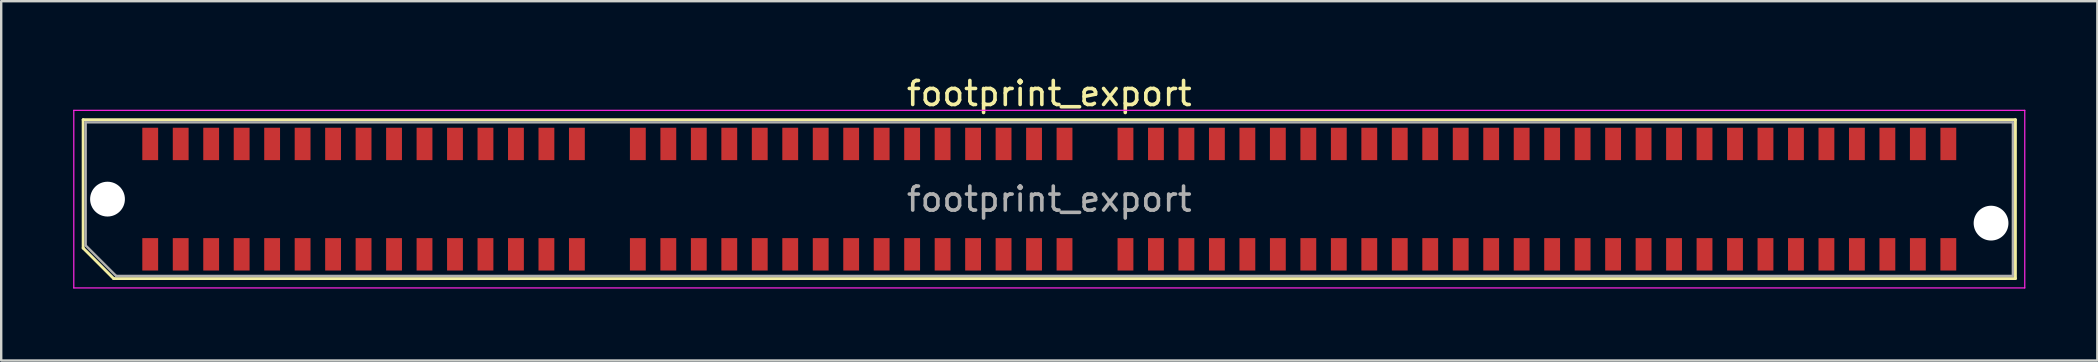
<source format=kicad_pcb>
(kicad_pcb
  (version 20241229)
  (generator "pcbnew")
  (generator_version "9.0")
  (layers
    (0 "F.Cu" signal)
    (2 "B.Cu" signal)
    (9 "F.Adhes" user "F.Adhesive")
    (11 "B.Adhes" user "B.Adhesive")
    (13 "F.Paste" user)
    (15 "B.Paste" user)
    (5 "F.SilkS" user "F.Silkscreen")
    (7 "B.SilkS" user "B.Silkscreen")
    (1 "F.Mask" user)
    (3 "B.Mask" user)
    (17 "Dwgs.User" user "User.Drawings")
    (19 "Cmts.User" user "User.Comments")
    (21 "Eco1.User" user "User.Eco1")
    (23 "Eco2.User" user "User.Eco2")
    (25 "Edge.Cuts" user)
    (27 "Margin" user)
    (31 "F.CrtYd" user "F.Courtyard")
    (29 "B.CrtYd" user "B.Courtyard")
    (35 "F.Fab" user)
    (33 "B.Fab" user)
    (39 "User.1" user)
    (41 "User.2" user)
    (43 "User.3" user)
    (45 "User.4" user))
  (footprint "footprint_export"
    (layer "F.Cu")
    (at 40.675 5.248)
    (property "Reference" "footprint_export" (at 0 -4.4 0) (layer "F.SilkS") (effects (font (size 1 1) (thickness 0.15))))
    (attr smd)
    (fp_line (start -40.26 -3.31) (end 40.26 -3.31) (stroke (width 0.12) (type solid)) (layer "F.SilkS"))
    (fp_line (start -40.26 2.04) (end -40.26 -3.31) (stroke (width 0.12) (type solid)) (layer "F.SilkS"))
    (fp_line (start -38.99 3.31) (end -40.26 2.04) (stroke (width 0.12) (type solid)) (layer "F.SilkS"))
    (fp_line (start -38.99 3.31) (end 40.26 3.31) (stroke (width 0.12) (type solid)) (layer "F.SilkS"))
    (fp_line (start 40.26 3.31) (end 40.26 -3.31) (stroke (width 0.12) (type solid)) (layer "F.SilkS"))
    (fp_line (start -40.65 -3.7) (end -40.65 3.7) (stroke (width 0.05) (type solid)) (layer "F.CrtYd"))
    (fp_line (start -40.65 3.7) (end 40.65 3.7) (stroke (width 0.05) (type solid)) (layer "F.CrtYd"))
    (fp_line (start 40.65 -3.7) (end -40.65 -3.7) (stroke (width 0.05) (type solid)) (layer "F.CrtYd"))
    (fp_line (start 40.65 3.7) (end 40.65 -3.7) (stroke (width 0.05) (type solid)) (layer "F.CrtYd"))
    (fp_line (start -40.155 -3.2) (end 40.155 -3.2) (stroke (width 0.1) (type solid)) (layer "F.Fab"))
    (fp_line (start -40.155 1.93) (end -40.155 -3.2) (stroke (width 0.1) (type solid)) (layer "F.Fab"))
    (fp_line (start -40.155 1.93) (end -38.885 3.2) (stroke (width 0.1) (type solid)) (layer "F.Fab"))
    (fp_line (start -38.885 3.2) (end 40.155 3.2) (stroke (width 0.1) (type solid)) (layer "F.Fab"))
    (fp_line (start 40.155 3.2) (end 40.155 -3.2) (stroke (width 0.1) (type solid)) (layer "F.Fab"))
    (fp_text user "${REFERENCE}" (at 0 0 0) (layer "F.Fab") (effects (font (size 1 1) (thickness 0.15))))
    (pad "" np_thru_hole circle (at -39.245 0) (size 1.45 1.45) (drill 1.45) (layers "*.Cu" "*.Mask"))
    (pad "" np_thru_hole circle (at 39.245 1) (size 1.45 1.45) (drill 1.45) (layers "*.Cu" "*.Mask"))
    (pad "1" smd rect (at -37.465 2.3) (size 0.66 1.35) (layers "F.Cu" "F.Mask" "F.Paste"))
    (pad "2" smd rect (at -37.465 -2.3) (size 0.66 1.35) (layers "F.Cu" "F.Mask" "F.Paste"))
    (pad "3" smd rect (at -36.195 2.3) (size 0.66 1.35) (layers "F.Cu" "F.Mask" "F.Paste"))
    (pad "4" smd rect (at -36.195 -2.3) (size 0.66 1.35) (layers "F.Cu" "F.Mask" "F.Paste"))
    (pad "5" smd rect (at -34.925 2.3) (size 0.66 1.35) (layers "F.Cu" "F.Mask" "F.Paste"))
    (pad "6" smd rect (at -34.925 -2.3) (size 0.66 1.35) (layers "F.Cu" "F.Mask" "F.Paste"))
    (pad "7" smd rect (at -33.655 2.3) (size 0.66 1.35) (layers "F.Cu" "F.Mask" "F.Paste"))
    (pad "8" smd rect (at -33.655 -2.3) (size 0.66 1.35) (layers "F.Cu" "F.Mask" "F.Paste"))
    (pad "9" smd rect (at -32.385 2.3) (size 0.66 1.35) (layers "F.Cu" "F.Mask" "F.Paste"))
    (pad "10" smd rect (at -32.385 -2.3) (size 0.66 1.35) (layers "F.Cu" "F.Mask" "F.Paste"))
    (pad "11" smd rect (at -31.115 2.3) (size 0.66 1.35) (layers "F.Cu" "F.Mask" "F.Paste"))
    (pad "12" smd rect (at -31.115 -2.3) (size 0.66 1.35) (layers "F.Cu" "F.Mask" "F.Paste"))
    (pad "13" smd rect (at -29.845 2.3) (size 0.66 1.35) (layers "F.Cu" "F.Mask" "F.Paste"))
    (pad "14" smd rect (at -29.845 -2.3) (size 0.66 1.35) (layers "F.Cu" "F.Mask" "F.Paste"))
    (pad "15" smd rect (at -28.575 2.3) (size 0.66 1.35) (layers "F.Cu" "F.Mask" "F.Paste"))
    (pad "16" smd rect (at -28.575 -2.3) (size 0.66 1.35) (layers "F.Cu" "F.Mask" "F.Paste"))
    (pad "17" smd rect (at -27.305 2.3) (size 0.66 1.35) (layers "F.Cu" "F.Mask" "F.Paste"))
    (pad "18" smd rect (at -27.305 -2.3) (size 0.66 1.35) (layers "F.Cu" "F.Mask" "F.Paste"))
    (pad "19" smd rect (at -26.035 2.3) (size 0.66 1.35) (layers "F.Cu" "F.Mask" "F.Paste"))
    (pad "20" smd rect (at -26.035 -2.3) (size 0.66 1.35) (layers "F.Cu" "F.Mask" "F.Paste"))
    (pad "21" smd rect (at -24.765 2.3) (size 0.66 1.35) (layers "F.Cu" "F.Mask" "F.Paste"))
    (pad "22" smd rect (at -24.765 -2.3) (size 0.66 1.35) (layers "F.Cu" "F.Mask" "F.Paste"))
    (pad "23" smd rect (at -23.495 2.3) (size 0.66 1.35) (layers "F.Cu" "F.Mask" "F.Paste"))
    (pad "24" smd rect (at -23.495 -2.3) (size 0.66 1.35) (layers "F.Cu" "F.Mask" "F.Paste"))
    (pad "25" smd rect (at -22.225 2.3) (size 0.66 1.35) (layers "F.Cu" "F.Mask" "F.Paste"))
    (pad "26" smd rect (at -22.225 -2.3) (size 0.66 1.35) (layers "F.Cu" "F.Mask" "F.Paste"))
    (pad "27" smd rect (at -20.955 2.3) (size 0.66 1.35) (layers "F.Cu" "F.Mask" "F.Paste"))
    (pad "28" smd rect (at -20.955 -2.3) (size 0.66 1.35) (layers "F.Cu" "F.Mask" "F.Paste"))
    (pad "29" smd rect (at -19.685 2.3) (size 0.66 1.35) (layers "F.Cu" "F.Mask" "F.Paste"))
    (pad "30" smd rect (at -19.685 -2.3) (size 0.66 1.35) (layers "F.Cu" "F.Mask" "F.Paste"))
    (pad "33" smd rect (at -17.145 2.3) (size 0.66 1.35) (layers "F.Cu" "F.Mask" "F.Paste"))
    (pad "34" smd rect (at -17.145 -2.3) (size 0.66 1.35) (layers "F.Cu" "F.Mask" "F.Paste"))
    (pad "35" smd rect (at -15.875 2.3) (size 0.66 1.35) (layers "F.Cu" "F.Mask" "F.Paste"))
    (pad "36" smd rect (at -15.875 -2.3) (size 0.66 1.35) (layers "F.Cu" "F.Mask" "F.Paste"))
    (pad "37" smd rect (at -14.605 2.3) (size 0.66 1.35) (layers "F.Cu" "F.Mask" "F.Paste"))
    (pad "38" smd rect (at -14.605 -2.3) (size 0.66 1.35) (layers "F.Cu" "F.Mask" "F.Paste"))
    (pad "39" smd rect (at -13.335 2.3) (size 0.66 1.35) (layers "F.Cu" "F.Mask" "F.Paste"))
    (pad "40" smd rect (at -13.335 -2.3) (size 0.66 1.35) (layers "F.Cu" "F.Mask" "F.Paste"))
    (pad "41" smd rect (at -12.065 2.3) (size 0.66 1.35) (layers "F.Cu" "F.Mask" "F.Paste"))
    (pad "42" smd rect (at -12.065 -2.3) (size 0.66 1.35) (layers "F.Cu" "F.Mask" "F.Paste"))
    (pad "43" smd rect (at -10.795 2.3) (size 0.66 1.35) (layers "F.Cu" "F.Mask" "F.Paste"))
    (pad "44" smd rect (at -10.795 -2.3) (size 0.66 1.35) (layers "F.Cu" "F.Mask" "F.Paste"))
    (pad "45" smd rect (at -9.525 2.3) (size 0.66 1.35) (layers "F.Cu" "F.Mask" "F.Paste"))
    (pad "46" smd rect (at -9.525 -2.3) (size 0.66 1.35) (layers "F.Cu" "F.Mask" "F.Paste"))
    (pad "47" smd rect (at -8.255 2.3) (size 0.66 1.35) (layers "F.Cu" "F.Mask" "F.Paste"))
    (pad "48" smd rect (at -8.255 -2.3) (size 0.66 1.35) (layers "F.Cu" "F.Mask" "F.Paste"))
    (pad "49" smd rect (at -6.985 2.3) (size 0.66 1.35) (layers "F.Cu" "F.Mask" "F.Paste"))
    (pad "50" smd rect (at -6.985 -2.3) (size 0.66 1.35) (layers "F.Cu" "F.Mask" "F.Paste"))
    (pad "51" smd rect (at -5.715 2.3) (size 0.66 1.35) (layers "F.Cu" "F.Mask" "F.Paste"))
    (pad "52" smd rect (at -5.715 -2.3) (size 0.66 1.35) (layers "F.Cu" "F.Mask" "F.Paste"))
    (pad "53" smd rect (at -4.445 2.3) (size 0.66 1.35) (layers "F.Cu" "F.Mask" "F.Paste"))
    (pad "54" smd rect (at -4.445 -2.3) (size 0.66 1.35) (layers "F.Cu" "F.Mask" "F.Paste"))
    (pad "55" smd rect (at -3.175 2.3) (size 0.66 1.35) (layers "F.Cu" "F.Mask" "F.Paste"))
    (pad "56" smd rect (at -3.175 -2.3) (size 0.66 1.35) (layers "F.Cu" "F.Mask" "F.Paste"))
    (pad "57" smd rect (at -1.905 2.3) (size 0.66 1.35) (layers "F.Cu" "F.Mask" "F.Paste"))
    (pad "58" smd rect (at -1.905 -2.3) (size 0.66 1.35) (layers "F.Cu" "F.Mask" "F.Paste"))
    (pad "59" smd rect (at -0.635 2.3) (size 0.66 1.35) (layers "F.Cu" "F.Mask" "F.Paste"))
    (pad "60" smd rect (at -0.635 -2.3) (size 0.66 1.35) (layers "F.Cu" "F.Mask" "F.Paste"))
    (pad "61" smd rect (at 0.635 2.3) (size 0.66 1.35) (layers "F.Cu" "F.Mask" "F.Paste"))
    (pad "62" smd rect (at 0.635 -2.3) (size 0.66 1.35) (layers "F.Cu" "F.Mask" "F.Paste"))
    (pad "65" smd rect (at 3.175 2.3) (size 0.66 1.35) (layers "F.Cu" "F.Mask" "F.Paste"))
    (pad "66" smd rect (at 3.175 -2.3) (size 0.66 1.35) (layers "F.Cu" "F.Mask" "F.Paste"))
    (pad "67" smd rect (at 4.445 2.3) (size 0.66 1.35) (layers "F.Cu" "F.Mask" "F.Paste"))
    (pad "68" smd rect (at 4.445 -2.3) (size 0.66 1.35) (layers "F.Cu" "F.Mask" "F.Paste"))
    (pad "69" smd rect (at 5.715 2.3) (size 0.66 1.35) (layers "F.Cu" "F.Mask" "F.Paste"))
    (pad "70" smd rect (at 5.715 -2.3) (size 0.66 1.35) (layers "F.Cu" "F.Mask" "F.Paste"))
    (pad "71" smd rect (at 6.985 2.3) (size 0.66 1.35) (layers "F.Cu" "F.Mask" "F.Paste"))
    (pad "72" smd rect (at 6.985 -2.3) (size 0.66 1.35) (layers "F.Cu" "F.Mask" "F.Paste"))
    (pad "73" smd rect (at 8.255 2.3) (size 0.66 1.35) (layers "F.Cu" "F.Mask" "F.Paste"))
    (pad "74" smd rect (at 8.255 -2.3) (size 0.66 1.35) (layers "F.Cu" "F.Mask" "F.Paste"))
    (pad "75" smd rect (at 9.525 2.3) (size 0.66 1.35) (layers "F.Cu" "F.Mask" "F.Paste"))
    (pad "76" smd rect (at 9.525 -2.3) (size 0.66 1.35) (layers "F.Cu" "F.Mask" "F.Paste"))
    (pad "77" smd rect (at 10.795 2.3) (size 0.66 1.35) (layers "F.Cu" "F.Mask" "F.Paste"))
    (pad "78" smd rect (at 10.795 -2.3) (size 0.66 1.35) (layers "F.Cu" "F.Mask" "F.Paste"))
    (pad "79" smd rect (at 12.065 2.3) (size 0.66 1.35) (layers "F.Cu" "F.Mask" "F.Paste"))
    (pad "80" smd rect (at 12.065 -2.3) (size 0.66 1.35) (layers "F.Cu" "F.Mask" "F.Paste"))
    (pad "81" smd rect (at 13.335 2.3) (size 0.66 1.35) (layers "F.Cu" "F.Mask" "F.Paste"))
    (pad "82" smd rect (at 13.335 -2.3) (size 0.66 1.35) (layers "F.Cu" "F.Mask" "F.Paste"))
    (pad "83" smd rect (at 14.605 2.3) (size 0.66 1.35) (layers "F.Cu" "F.Mask" "F.Paste"))
    (pad "84" smd rect (at 14.605 -2.3) (size 0.66 1.35) (layers "F.Cu" "F.Mask" "F.Paste"))
    (pad "85" smd rect (at 15.875 2.3) (size 0.66 1.35) (layers "F.Cu" "F.Mask" "F.Paste"))
    (pad "86" smd rect (at 15.875 -2.3) (size 0.66 1.35) (layers "F.Cu" "F.Mask" "F.Paste"))
    (pad "87" smd rect (at 17.145 2.3) (size 0.66 1.35) (layers "F.Cu" "F.Mask" "F.Paste"))
    (pad "88" smd rect (at 17.145 -2.3) (size 0.66 1.35) (layers "F.Cu" "F.Mask" "F.Paste"))
    (pad "89" smd rect (at 18.415 2.3) (size 0.66 1.35) (layers "F.Cu" "F.Mask" "F.Paste"))
    (pad "90" smd rect (at 18.415 -2.3) (size 0.66 1.35) (layers "F.Cu" "F.Mask" "F.Paste"))
    (pad "91" smd rect (at 19.685 2.3) (size 0.66 1.35) (layers "F.Cu" "F.Mask" "F.Paste"))
    (pad "92" smd rect (at 19.685 -2.3) (size 0.66 1.35) (layers "F.Cu" "F.Mask" "F.Paste"))
    (pad "93" smd rect (at 20.955 2.3) (size 0.66 1.35) (layers "F.Cu" "F.Mask" "F.Paste"))
    (pad "94" smd rect (at 20.955 -2.3) (size 0.66 1.35) (layers "F.Cu" "F.Mask" "F.Paste"))
    (pad "95" smd rect (at 22.225 2.3) (size 0.66 1.35) (layers "F.Cu" "F.Mask" "F.Paste"))
    (pad "96" smd rect (at 22.225 -2.3) (size 0.66 1.35) (layers "F.Cu" "F.Mask" "F.Paste"))
    (pad "97" smd rect (at 23.495 2.3) (size 0.66 1.35) (layers "F.Cu" "F.Mask" "F.Paste"))
    (pad "98" smd rect (at 23.495 -2.3) (size 0.66 1.35) (layers "F.Cu" "F.Mask" "F.Paste"))
    (pad "99" smd rect (at 24.765 2.3) (size 0.66 1.35) (layers "F.Cu" "F.Mask" "F.Paste"))
    (pad "100" smd rect (at 24.765 -2.3) (size 0.66 1.35) (layers "F.Cu" "F.Mask" "F.Paste"))
    (pad "101" smd rect (at 26.035 2.3) (size 0.66 1.35) (layers "F.Cu" "F.Mask" "F.Paste"))
    (pad "102" smd rect (at 26.035 -2.3) (size 0.66 1.35) (layers "F.Cu" "F.Mask" "F.Paste"))
    (pad "103" smd rect (at 27.305 2.3) (size 0.66 1.35) (layers "F.Cu" "F.Mask" "F.Paste"))
    (pad "104" smd rect (at 27.305 -2.3) (size 0.66 1.35) (layers "F.Cu" "F.Mask" "F.Paste"))
    (pad "105" smd rect (at 28.575 2.3) (size 0.66 1.35) (layers "F.Cu" "F.Mask" "F.Paste"))
    (pad "106" smd rect (at 28.575 -2.3) (size 0.66 1.35) (layers "F.Cu" "F.Mask" "F.Paste"))
    (pad "107" smd rect (at 29.845 2.3) (size 0.66 1.35) (layers "F.Cu" "F.Mask" "F.Paste"))
    (pad "108" smd rect (at 29.845 -2.3) (size 0.66 1.35) (layers "F.Cu" "F.Mask" "F.Paste"))
    (pad "109" smd rect (at 31.115 2.3) (size 0.66 1.35) (layers "F.Cu" "F.Mask" "F.Paste"))
    (pad "110" smd rect (at 31.115 -2.3) (size 0.66 1.35) (layers "F.Cu" "F.Mask" "F.Paste"))
    (pad "111" smd rect (at 32.385 2.3) (size 0.66 1.35) (layers "F.Cu" "F.Mask" "F.Paste"))
    (pad "112" smd rect (at 32.385 -2.3) (size 0.66 1.35) (layers "F.Cu" "F.Mask" "F.Paste"))
    (pad "113" smd rect (at 33.655 2.3) (size 0.66 1.35) (layers "F.Cu" "F.Mask" "F.Paste"))
    (pad "114" smd rect (at 33.655 -2.3) (size 0.66 1.35) (layers "F.Cu" "F.Mask" "F.Paste"))
    (pad "115" smd rect (at 34.925 2.3) (size 0.66 1.35) (layers "F.Cu" "F.Mask" "F.Paste"))
    (pad "116" smd rect (at 34.925 -2.3) (size 0.66 1.35) (layers "F.Cu" "F.Mask" "F.Paste"))
    (pad "117" smd rect (at 36.195 2.3) (size 0.66 1.35) (layers "F.Cu" "F.Mask" "F.Paste"))
    (pad "118" smd rect (at 36.195 -2.3) (size 0.66 1.35) (layers "F.Cu" "F.Mask" "F.Paste"))
    (pad "119" smd rect (at 37.465 2.3) (size 0.66 1.35) (layers "F.Cu" "F.Mask" "F.Paste"))
    (pad "120" smd rect (at 37.465 -2.3) (size 0.66 1.35) (layers "F.Cu" "F.Mask" "F.Paste")))
  (gr_rect
    (start -3 -3)
    (end 84.35 11.973)
    (stroke (width 0.1) (type default))
    (fill no)
    (layer "Edge.Cuts")))
</source>
